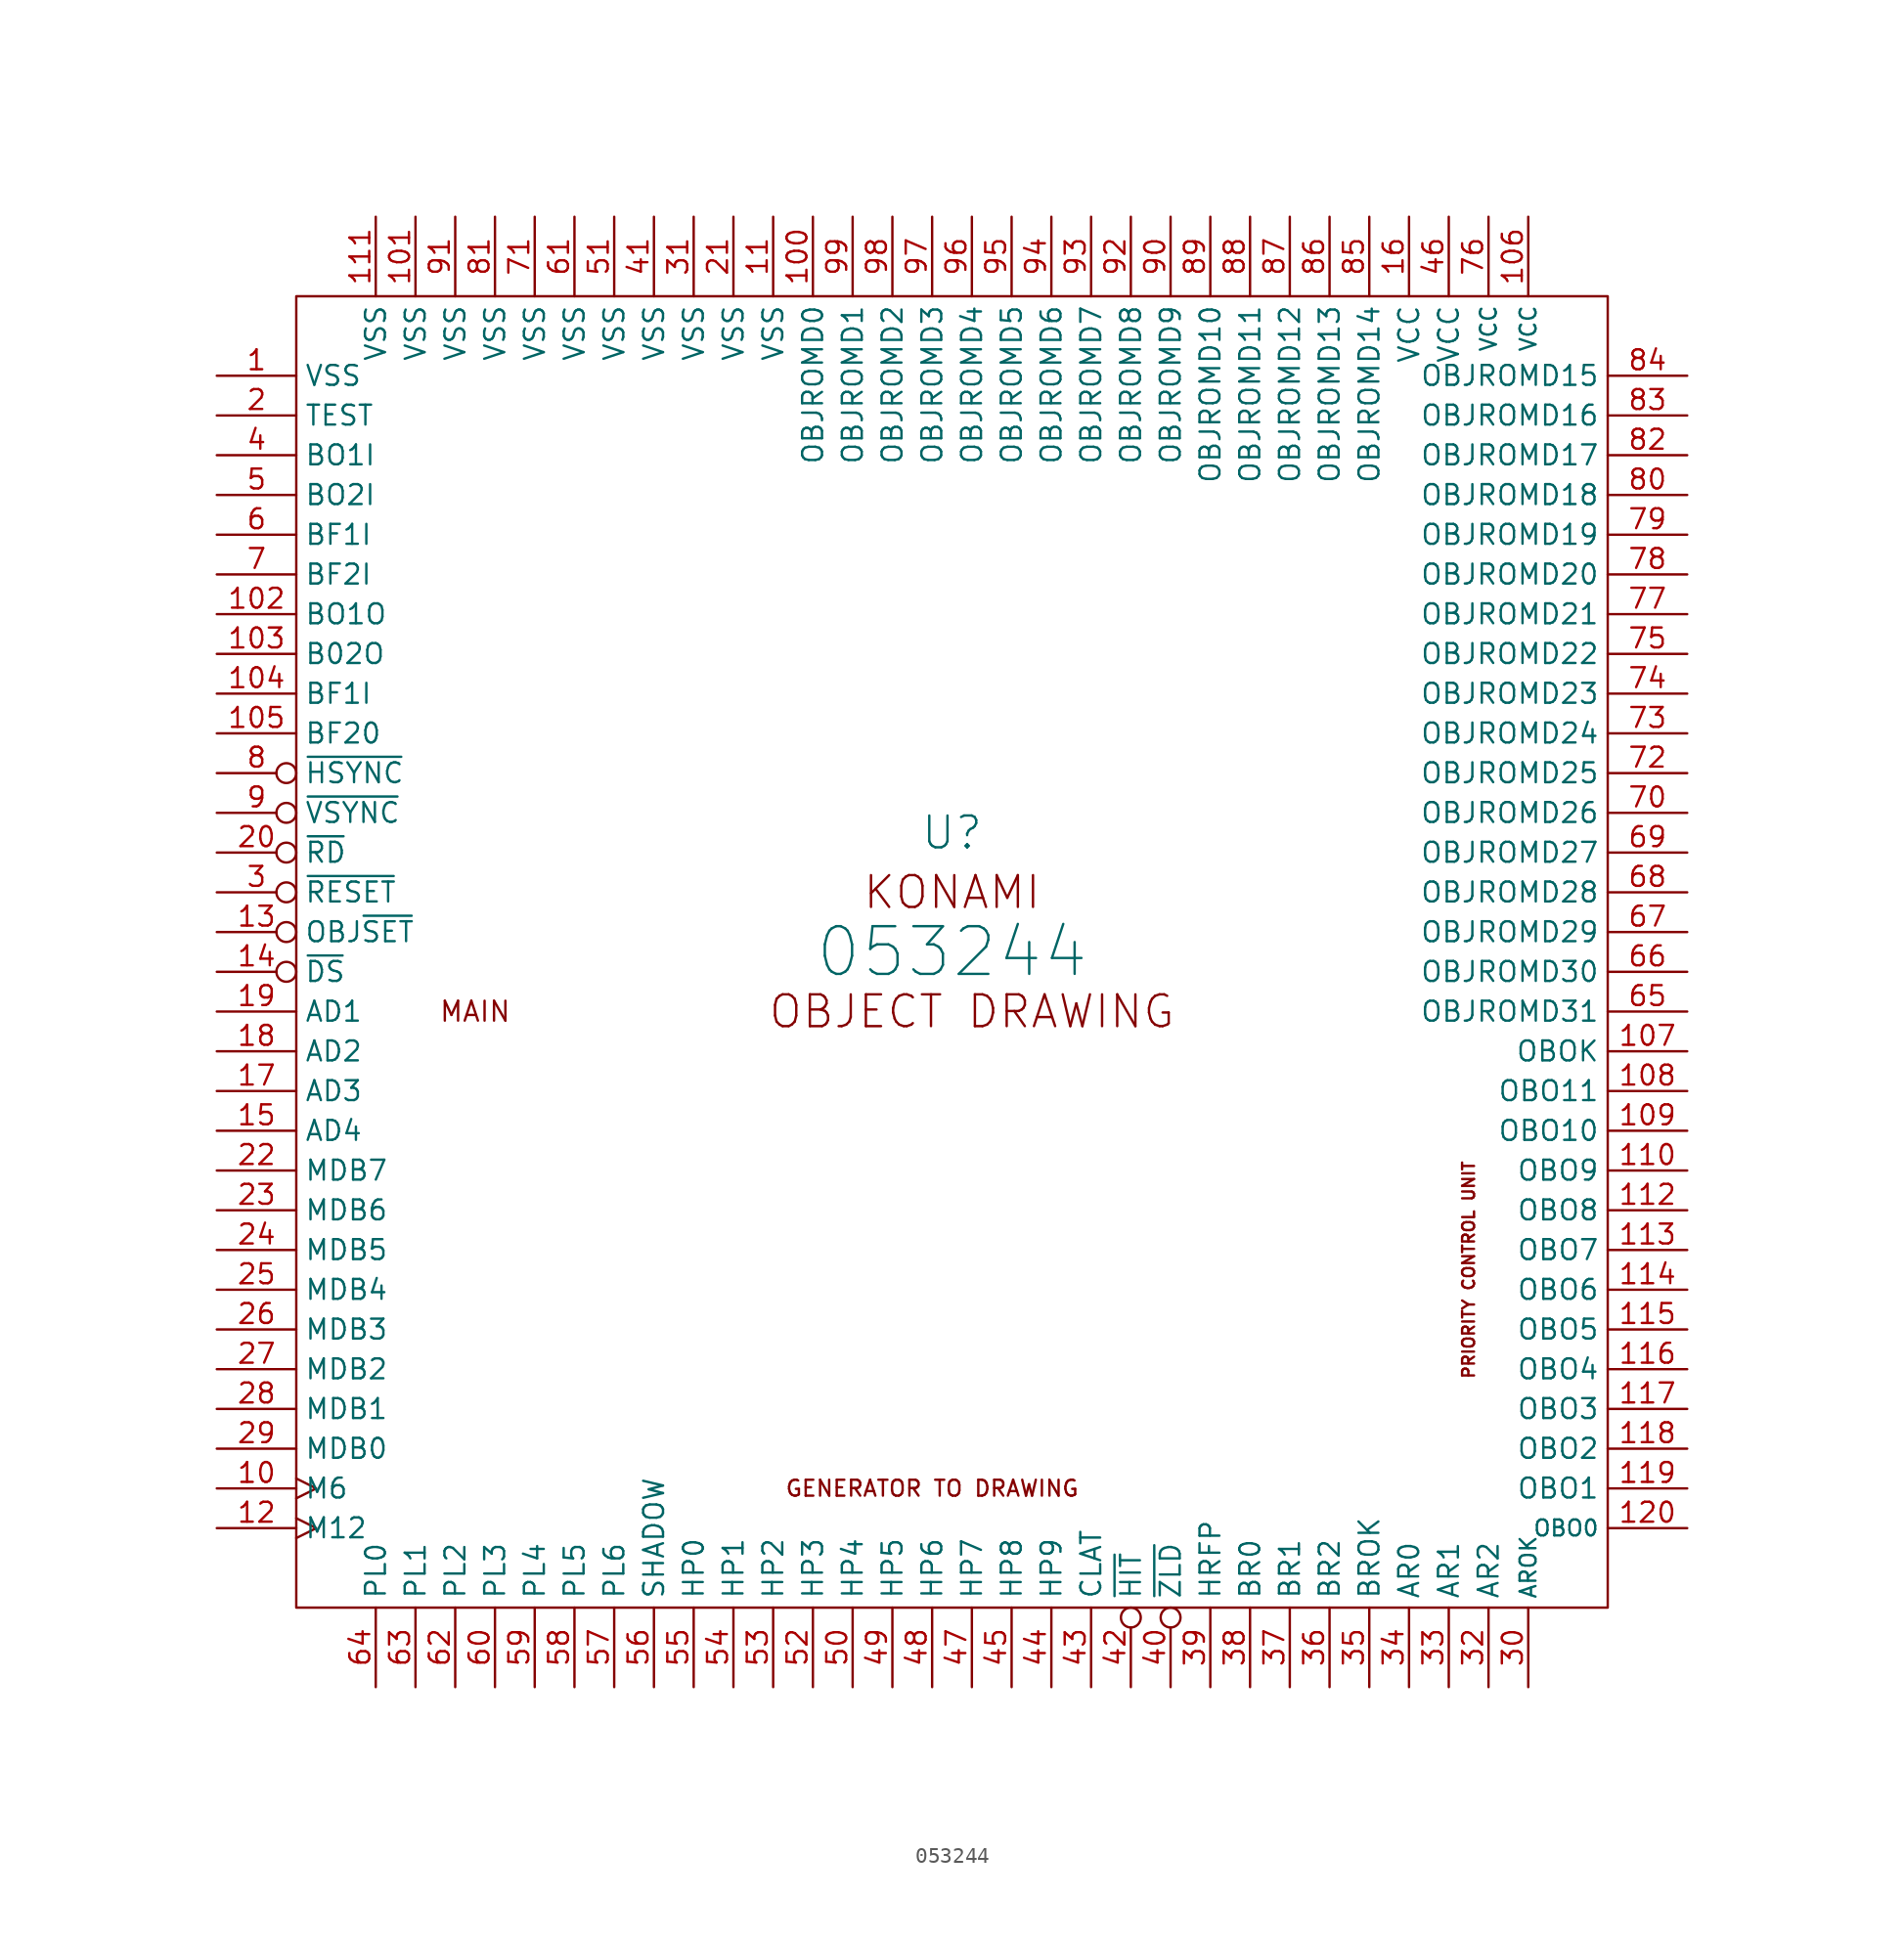
<source format=kicad_sym>
(kicad_symbol_lib
  (version 20231120)
  (generator "kicad_symbol_editor")
  (generator_version "8.0")
  (symbol "053244"
    (property "Reference" "U"
      (at 0 7.62 0)
      (effects (font (size 2.032 2.032))))
    (property "Value" "053244"
      (at 0 0 0)
      (effects (font (size 3.048 3.048))))
    (symbol "053244_0_0"
      (text "KONAMI" (at 0 3.81 0) (effects (font (size 2.032 2.032))))
      (text "OBJECT DRAWING" (at 1.27 -3.81 0) (effects (font (size 2.032 2.032))))
      (text_box "" (at -41.91 41.91 0) (size 83.82 -83.82) (stroke (width 0) (type default)) (fill (type color) (color 0 0 0 0)) (effects (font (size 1.27 1.27)) (justify left top))))
    (symbol "053244_1_0"
      (text "GENERATOR TO DRAWING" (at -1.27 -34.29 0) (effects (font (size 1.016 1.016))))
      (text "PRIORITY CONTROL UNIT" (at 33.02 -20.32 900) (effects (font (size 0.762 0.762)))))
    (symbol "053244_1_1"
      (text "MAIN" (at -30.48 -3.81 0) (effects (font (size 1.27 1.27))))
      (pin power_in line (at -46.99 36.83 0) (length 5.08) (name "VSS" (effects (font (size 1.27 1.27)))) (number "1" (effects (font (size 1.27 1.27)))))
      (pin input clock (at -46.99 -34.29 0) (length 5.08) (name "M6" (effects (font (size 1.27 1.27)))) (number "10" (effects (font (size 1.27 1.27)))))
      (pin bidirectional line (at -8.89 46.99 270) (length 5.08) (name "OBJROMD0" (effects (font (size 1.27 1.27)))) (number "100" (effects (font (size 1.27 1.27)))))
      (pin power_in line (at -34.29 46.99 270) (length 5.08) (name "VSS" (effects (font (size 1.27 1.27)))) (number "101" (effects (font (size 1.27 1.27)))))
      (pin input line (at -46.99 21.59 0) (length 5.08) (name "BO1O" (effects (font (size 1.27 1.27)))) (number "102" (effects (font (size 1.27 1.27)))))
      (pin output line (at -46.99 19.05 0) (length 5.08) (name "B02O" (effects (font (size 1.27 1.27)))) (number "103" (effects (font (size 1.27 1.27)))))
      (pin output line (at -46.99 16.51 0) (length 5.08) (name "BF1I" (effects (font (size 1.27 1.27)))) (number "104" (effects (font (size 1.27 1.27)))))
      (pin output line (at -46.99 13.97 0) (length 5.08) (name "BF20" (effects (font (size 1.27 1.27)))) (number "105" (effects (font (size 1.27 1.27)))))
      (pin power_in line (at 36.83 46.99 270) (length 5.08) (name "VCC" (effects (font (size 1.016 1.016)))) (number "106" (effects (font (size 1.27 1.27)))))
      (pin output line (at 46.99 -6.35 180) (length 5.08) (name "OBOK" (effects (font (size 1.27 1.27)))) (number "107" (effects (font (size 1.27 1.27)))))
      (pin output line (at 46.99 -8.89 180) (length 5.08) (name "OBO11" (effects (font (size 1.27 1.27)))) (number "108" (effects (font (size 1.27 1.27)))))
      (pin output line (at 46.99 -11.43 180) (length 5.08) (name "OBO10" (effects (font (size 1.27 1.27)))) (number "109" (effects (font (size 1.27 1.27)))))
      (pin power_in line (at -11.43 46.99 270) (length 5.08) (name "VSS" (effects (font (size 1.27 1.27)))) (number "11" (effects (font (size 1.27 1.27)))))
      (pin output line (at 46.99 -13.97 180) (length 5.08) (name "OBO9" (effects (font (size 1.27 1.27)))) (number "110" (effects (font (size 1.27 1.27)))))
      (pin power_in line (at -36.83 46.99 270) (length 5.08) (name "VSS" (effects (font (size 1.27 1.27)))) (number "111" (effects (font (size 1.27 1.27)))))
      (pin output line (at 46.99 -16.51 180) (length 5.08) (name "OBO8" (effects (font (size 1.27 1.27)))) (number "112" (effects (font (size 1.27 1.27)))))
      (pin output line (at 46.99 -19.05 180) (length 5.08) (name "OBO7" (effects (font (size 1.27 1.27)))) (number "113" (effects (font (size 1.27 1.27)))))
      (pin output line (at 46.99 -21.59 180) (length 5.08) (name "OBO6" (effects (font (size 1.27 1.27)))) (number "114" (effects (font (size 1.27 1.27)))))
      (pin output line (at 46.99 -24.13 180) (length 5.08) (name "OBO5" (effects (font (size 1.27 1.27)))) (number "115" (effects (font (size 1.27 1.27)))))
      (pin output line (at 46.99 -26.67 180) (length 5.08) (name "OBO4" (effects (font (size 1.27 1.27)))) (number "116" (effects (font (size 1.27 1.27)))))
      (pin output line (at 46.99 -29.21 180) (length 5.08) (name "OBO3" (effects (font (size 1.27 1.27)))) (number "117" (effects (font (size 1.27 1.27)))))
      (pin output line (at 46.99 -31.75 180) (length 5.08) (name "OBO2" (effects (font (size 1.27 1.27)))) (number "118" (effects (font (size 1.27 1.27)))))
      (pin output line (at 46.99 -34.29 180) (length 5.08) (name "OBO1" (effects (font (size 1.27 1.27)))) (number "119" (effects (font (size 1.27 1.27)))))
      (pin input clock (at -46.99 -36.83 0) (length 5.08) (name "M12" (effects (font (size 1.27 1.27)))) (number "12" (effects (font (size 1.27 1.27)))))
      (pin output line (at 46.99 -36.83 180) (length 5.08) (name "OBO0" (effects (font (size 1.016 1.016)))) (number "120" (effects (font (size 1.27 1.27)))))
      (pin input inverted (at -46.99 1.27 0) (length 5.08) (name "OBJ~{SET}" (effects (font (size 1.27 1.27)))) (number "13" (effects (font (size 1.27 1.27)))))
      (pin input inverted (at -46.99 -1.27 0) (length 5.08) (name "~{DS}" (effects (font (size 1.27 1.27)))) (number "14" (effects (font (size 1.27 1.27)))))
      (pin input line (at -46.99 -11.43 0) (length 5.08) (name "AD4" (effects (font (size 1.27 1.27)))) (number "15" (effects (font (size 1.27 1.27)))))
      (pin power_in line (at 29.21 46.99 270) (length 5.08) (name "VCC" (effects (font (size 1.27 1.27)))) (number "16" (effects (font (size 1.27 1.27)))))
      (pin input line (at -46.99 -8.89 0) (length 5.08) (name "AD3" (effects (font (size 1.27 1.27)))) (number "17" (effects (font (size 1.27 1.27)))))
      (pin input line (at -46.99 -6.35 0) (length 5.08) (name "AD2" (effects (font (size 1.27 1.27)))) (number "18" (effects (font (size 1.27 1.27)))))
      (pin input line (at -46.99 -3.81 0) (length 5.08) (name "AD1" (effects (font (size 1.27 1.27)))) (number "19" (effects (font (size 1.27 1.27)))))
      (pin passive line (at -46.99 34.29 0) (length 5.08) (name "TEST" (effects (font (size 1.27 1.27)))) (number "2" (effects (font (size 1.27 1.27)))))
      (pin input inverted (at -46.99 6.35 0) (length 5.08) (name "~{RD}" (effects (font (size 1.27 1.27)))) (number "20" (effects (font (size 1.27 1.27)))))
      (pin power_in line (at -13.97 46.99 270) (length 5.08) (name "VSS" (effects (font (size 1.27 1.27)))) (number "21" (effects (font (size 1.27 1.27)))))
      (pin input line (at -46.99 -13.97 0) (length 5.08) (name "MDB7" (effects (font (size 1.27 1.27)))) (number "22" (effects (font (size 1.27 1.27)))))
      (pin input line (at -46.99 -16.51 0) (length 5.08) (name "MDB6" (effects (font (size 1.27 1.27)))) (number "23" (effects (font (size 1.27 1.27)))))
      (pin input line (at -46.99 -19.05 0) (length 5.08) (name "MDB5" (effects (font (size 1.27 1.27)))) (number "24" (effects (font (size 1.27 1.27)))))
      (pin input line (at -46.99 -21.59 0) (length 5.08) (name "MDB4" (effects (font (size 1.27 1.27)))) (number "25" (effects (font (size 1.27 1.27)))))
      (pin input line (at -46.99 -24.13 0) (length 5.08) (name "MDB3" (effects (font (size 1.27 1.27)))) (number "26" (effects (font (size 1.27 1.27)))))
      (pin input line (at -46.99 -26.67 0) (length 5.08) (name "MDB2" (effects (font (size 1.27 1.27)))) (number "27" (effects (font (size 1.27 1.27)))))
      (pin input line (at -46.99 -29.21 0) (length 5.08) (name "MDB1" (effects (font (size 1.27 1.27)))) (number "28" (effects (font (size 1.27 1.27)))))
      (pin input line (at -46.99 -31.75 0) (length 5.08) (name "MDB0" (effects (font (size 1.27 1.27)))) (number "29" (effects (font (size 1.27 1.27)))))
      (pin input inverted (at -46.99 3.81 0) (length 5.08) (name "~{RESET}" (effects (font (size 1.27 1.27)))) (number "3" (effects (font (size 1.27 1.27)))))
      (pin input line (at 36.83 -46.99 90) (length 5.08) (name "AROK" (effects (font (size 1.016 1.016)))) (number "30" (effects (font (size 1.27 1.27)))))
      (pin power_in line (at -16.51 46.99 270) (length 5.08) (name "VSS" (effects (font (size 1.27 1.27)))) (number "31" (effects (font (size 1.27 1.27)))))
      (pin input line (at 34.29 -46.99 90) (length 5.08) (name "AR2" (effects (font (size 1.27 1.27)))) (number "32" (effects (font (size 1.27 1.27)))))
      (pin input line (at 31.75 -46.99 90) (length 5.08) (name "AR1" (effects (font (size 1.27 1.27)))) (number "33" (effects (font (size 1.27 1.27)))))
      (pin input line (at 29.21 -46.99 90) (length 5.08) (name "AR0" (effects (font (size 1.27 1.27)))) (number "34" (effects (font (size 1.27 1.27)))))
      (pin input line (at 26.67 -46.99 90) (length 5.08) (name "BROK" (effects (font (size 1.27 1.27)))) (number "35" (effects (font (size 1.27 1.27)))))
      (pin input line (at 24.13 -46.99 90) (length 5.08) (name "BR2" (effects (font (size 1.27 1.27)))) (number "36" (effects (font (size 1.27 1.27)))))
      (pin input line (at 21.59 -46.99 90) (length 5.08) (name "BR1" (effects (font (size 1.27 1.27)))) (number "37" (effects (font (size 1.27 1.27)))))
      (pin input line (at 19.05 -46.99 90) (length 5.08) (name "BR0" (effects (font (size 1.27 1.27)))) (number "38" (effects (font (size 1.27 1.27)))))
      (pin input line (at 16.51 -46.99 90) (length 5.08) (name "HRFP" (effects (font (size 1.27 1.27)))) (number "39" (effects (font (size 1.27 1.27)))))
      (pin output line (at -46.99 31.75 0) (length 5.08) (name "BO1I" (effects (font (size 1.27 1.27)))) (number "4" (effects (font (size 1.27 1.27)))))
      (pin input inverted (at 13.97 -46.99 90) (length 5.08) (name "~{ZLD}" (effects (font (size 1.27 1.27)))) (number "40" (effects (font (size 1.27 1.27)))))
      (pin power_in line (at -19.05 46.99 270) (length 5.08) (name "VSS" (effects (font (size 1.27 1.27)))) (number "41" (effects (font (size 1.27 1.27)))))
      (pin input inverted (at 11.43 -46.99 90) (length 5.08) (name "~{HIT}" (effects (font (size 1.27 1.27)))) (number "42" (effects (font (size 1.27 1.27)))))
      (pin input line (at 8.89 -46.99 90) (length 5.08) (name "CLAT" (effects (font (size 1.27 1.27)))) (number "43" (effects (font (size 1.27 1.27)))))
      (pin input line (at 6.35 -46.99 90) (length 5.08) (name "HP9" (effects (font (size 1.27 1.27)))) (number "44" (effects (font (size 1.27 1.27)))))
      (pin input line (at 3.81 -46.99 90) (length 5.08) (name "HP8" (effects (font (size 1.27 1.27)))) (number "45" (effects (font (size 1.27 1.27)))))
      (pin power_in line (at 31.75 46.99 270) (length 5.08) (name "VCC" (effects (font (size 1.27 1.27)))) (number "46" (effects (font (size 1.27 1.27)))))
      (pin input line (at 1.27 -46.99 90) (length 5.08) (name "HP7" (effects (font (size 1.27 1.27)))) (number "47" (effects (font (size 1.27 1.27)))))
      (pin input line (at -1.27 -46.99 90) (length 5.08) (name "HP6" (effects (font (size 1.27 1.27)))) (number "48" (effects (font (size 1.27 1.27)))))
      (pin input line (at -3.81 -46.99 90) (length 5.08) (name "HP5" (effects (font (size 1.27 1.27)))) (number "49" (effects (font (size 1.27 1.27)))))
      (pin output line (at -46.99 29.21 0) (length 5.08) (name "BO2I" (effects (font (size 1.27 1.27)))) (number "5" (effects (font (size 1.27 1.27)))))
      (pin input line (at -6.35 -46.99 90) (length 5.08) (name "HP4" (effects (font (size 1.27 1.27)))) (number "50" (effects (font (size 1.27 1.27)))))
      (pin power_in line (at -21.59 46.99 270) (length 5.08) (name "VSS" (effects (font (size 1.27 1.27)))) (number "51" (effects (font (size 1.27 1.27)))))
      (pin input line (at -8.89 -46.99 90) (length 5.08) (name "HP3" (effects (font (size 1.27 1.27)))) (number "52" (effects (font (size 1.27 1.27)))))
      (pin input line (at -11.43 -46.99 90) (length 5.08) (name "HP2" (effects (font (size 1.27 1.27)))) (number "53" (effects (font (size 1.27 1.27)))))
      (pin input line (at -13.97 -46.99 90) (length 5.08) (name "HP1" (effects (font (size 1.27 1.27)))) (number "54" (effects (font (size 1.27 1.27)))))
      (pin input line (at -16.51 -46.99 90) (length 5.08) (name "HP0" (effects (font (size 1.27 1.27)))) (number "55" (effects (font (size 1.27 1.27)))))
      (pin input line (at -19.05 -46.99 90) (length 5.08) (name "SHADOW" (effects (font (size 1.27 1.27)))) (number "56" (effects (font (size 1.27 1.27)))))
      (pin input line (at -21.59 -46.99 90) (length 5.08) (name "PL6" (effects (font (size 1.27 1.27)))) (number "57" (effects (font (size 1.27 1.27)))))
      (pin input line (at -24.13 -46.99 90) (length 5.08) (name "PL5" (effects (font (size 1.27 1.27)))) (number "58" (effects (font (size 1.27 1.27)))))
      (pin input line (at -26.67 -46.99 90) (length 5.08) (name "PL4" (effects (font (size 1.27 1.27)))) (number "59" (effects (font (size 1.27 1.27)))))
      (pin output line (at -46.99 26.67 0) (length 5.08) (name "BF1I" (effects (font (size 1.27 1.27)))) (number "6" (effects (font (size 1.27 1.27)))))
      (pin input line (at -29.21 -46.99 90) (length 5.08) (name "PL3" (effects (font (size 1.27 1.27)))) (number "60" (effects (font (size 1.27 1.27)))))
      (pin power_in line (at -24.13 46.99 270) (length 5.08) (name "VSS" (effects (font (size 1.27 1.27)))) (number "61" (effects (font (size 1.27 1.27)))))
      (pin input line (at -31.75 -46.99 90) (length 5.08) (name "PL2" (effects (font (size 1.27 1.27)))) (number "62" (effects (font (size 1.27 1.27)))))
      (pin input line (at -34.29 -46.99 90) (length 5.08) (name "PL1" (effects (font (size 1.27 1.27)))) (number "63" (effects (font (size 1.27 1.27)))))
      (pin input line (at -36.83 -46.99 90) (length 5.08) (name "PL0" (effects (font (size 1.27 1.27)))) (number "64" (effects (font (size 1.27 1.27)))))
      (pin bidirectional line (at 46.99 -3.81 180) (length 5.08) (name "OBJROMD31" (effects (font (size 1.27 1.27)))) (number "65" (effects (font (size 1.27 1.27)))))
      (pin bidirectional line (at 46.99 -1.27 180) (length 5.08) (name "OBJROMD30" (effects (font (size 1.27 1.27)))) (number "66" (effects (font (size 1.27 1.27)))))
      (pin bidirectional line (at 46.99 1.27 180) (length 5.08) (name "OBJROMD29" (effects (font (size 1.27 1.27)))) (number "67" (effects (font (size 1.27 1.27)))))
      (pin bidirectional line (at 46.99 3.81 180) (length 5.08) (name "OBJROMD28" (effects (font (size 1.27 1.27)))) (number "68" (effects (font (size 1.27 1.27)))))
      (pin bidirectional line (at 46.99 6.35 180) (length 5.08) (name "OBJROMD27" (effects (font (size 1.27 1.27)))) (number "69" (effects (font (size 1.27 1.27)))))
      (pin output line (at -46.99 24.13 0) (length 5.08) (name "BF2I" (effects (font (size 1.27 1.27)))) (number "7" (effects (font (size 1.27 1.27)))))
      (pin bidirectional line (at 46.99 8.89 180) (length 5.08) (name "OBJROMD26" (effects (font (size 1.27 1.27)))) (number "70" (effects (font (size 1.27 1.27)))))
      (pin power_in line (at -26.67 46.99 270) (length 5.08) (name "VSS" (effects (font (size 1.27 1.27)))) (number "71" (effects (font (size 1.27 1.27)))))
      (pin bidirectional line (at 46.99 11.43 180) (length 5.08) (name "OBJROMD25" (effects (font (size 1.27 1.27)))) (number "72" (effects (font (size 1.27 1.27)))))
      (pin bidirectional line (at 46.99 13.97 180) (length 5.08) (name "OBJROMD24" (effects (font (size 1.27 1.27)))) (number "73" (effects (font (size 1.27 1.27)))))
      (pin bidirectional line (at 46.99 16.51 180) (length 5.08) (name "OBJROMD23" (effects (font (size 1.27 1.27)))) (number "74" (effects (font (size 1.27 1.27)))))
      (pin bidirectional line (at 46.99 19.05 180) (length 5.08) (name "OBJROMD22" (effects (font (size 1.27 1.27)))) (number "75" (effects (font (size 1.27 1.27)))))
      (pin power_in line (at 34.29 46.99 270) (length 5.08) (name "VCC" (effects (font (size 1.016 1.016)))) (number "76" (effects (font (size 1.27 1.27)))))
      (pin bidirectional line (at 46.99 21.59 180) (length 5.08) (name "OBJROMD21" (effects (font (size 1.27 1.27)))) (number "77" (effects (font (size 1.27 1.27)))))
      (pin bidirectional line (at 46.99 24.13 180) (length 5.08) (name "OBJROMD20" (effects (font (size 1.27 1.27)))) (number "78" (effects (font (size 1.27 1.27)))))
      (pin bidirectional line (at 46.99 26.67 180) (length 5.08) (name "OBJROMD19" (effects (font (size 1.27 1.27)))) (number "79" (effects (font (size 1.27 1.27)))))
      (pin input inverted (at -46.99 11.43 0) (length 5.08) (name "~{HSYNC}" (effects (font (size 1.27 1.27)))) (number "8" (effects (font (size 1.27 1.27)))))
      (pin bidirectional line (at 46.99 29.21 180) (length 5.08) (name "OBJROMD18" (effects (font (size 1.27 1.27)))) (number "80" (effects (font (size 1.27 1.27)))))
      (pin power_in line (at -29.21 46.99 270) (length 5.08) (name "VSS" (effects (font (size 1.27 1.27)))) (number "81" (effects (font (size 1.27 1.27)))))
      (pin bidirectional line (at 46.99 31.75 180) (length 5.08) (name "OBJROMD17" (effects (font (size 1.27 1.27)))) (number "82" (effects (font (size 1.27 1.27)))))
      (pin bidirectional line (at 46.99 34.29 180) (length 5.08) (name "OBJROMD16" (effects (font (size 1.27 1.27)))) (number "83" (effects (font (size 1.27 1.27)))))
      (pin bidirectional line (at 46.99 36.83 180) (length 5.08) (name "OBJROMD15" (effects (font (size 1.27 1.27)))) (number "84" (effects (font (size 1.27 1.27)))))
      (pin bidirectional line (at 26.67 46.99 270) (length 5.08) (name "OBJROMD14" (effects (font (size 1.27 1.27)))) (number "85" (effects (font (size 1.27 1.27)))))
      (pin bidirectional line (at 24.13 46.99 270) (length 5.08) (name "OBJROMD13" (effects (font (size 1.27 1.27)))) (number "86" (effects (font (size 1.27 1.27)))))
      (pin bidirectional line (at 21.59 46.99 270) (length 5.08) (name "OBJROMD12" (effects (font (size 1.27 1.27)))) (number "87" (effects (font (size 1.27 1.27)))))
      (pin bidirectional line (at 19.05 46.99 270) (length 5.08) (name "OBJROMD11" (effects (font (size 1.27 1.27)))) (number "88" (effects (font (size 1.27 1.27)))))
      (pin bidirectional line (at 16.51 46.99 270) (length 5.08) (name "OBJROMD10" (effects (font (size 1.27 1.27)))) (number "89" (effects (font (size 1.27 1.27)))))
      (pin input inverted (at -46.99 8.89 0) (length 5.08) (name "~{VSYNC}" (effects (font (size 1.27 1.27)))) (number "9" (effects (font (size 1.27 1.27)))))
      (pin bidirectional line (at 13.97 46.99 270) (length 5.08) (name "OBJROMD9" (effects (font (size 1.27 1.27)))) (number "90" (effects (font (size 1.27 1.27)))))
      (pin power_in line (at -31.75 46.99 270) (length 5.08) (name "VSS" (effects (font (size 1.27 1.27)))) (number "91" (effects (font (size 1.27 1.27)))))
      (pin bidirectional line (at 11.43 46.99 270) (length 5.08) (name "OBJROMD8" (effects (font (size 1.27 1.27)))) (number "92" (effects (font (size 1.27 1.27)))))
      (pin bidirectional line (at 8.89 46.99 270) (length 5.08) (name "OBJROMD7" (effects (font (size 1.27 1.27)))) (number "93" (effects (font (size 1.27 1.27)))))
      (pin bidirectional line (at 6.35 46.99 270) (length 5.08) (name "OBJROMD6" (effects (font (size 1.27 1.27)))) (number "94" (effects (font (size 1.27 1.27)))))
      (pin bidirectional line (at 3.81 46.99 270) (length 5.08) (name "OBJROMD5" (effects (font (size 1.27 1.27)))) (number "95" (effects (font (size 1.27 1.27)))))
      (pin bidirectional line (at 1.27 46.99 270) (length 5.08) (name "OBJROMD4" (effects (font (size 1.27 1.27)))) (number "96" (effects (font (size 1.27 1.27)))))
      (pin bidirectional line (at -1.27 46.99 270) (length 5.08) (name "OBJROMD3" (effects (font (size 1.27 1.27)))) (number "97" (effects (font (size 1.27 1.27)))))
      (pin bidirectional line (at -3.81 46.99 270) (length 5.08) (name "OBJROMD2" (effects (font (size 1.27 1.27)))) (number "98" (effects (font (size 1.27 1.27)))))
      (pin bidirectional line (at -6.35 46.99 270) (length 5.08) (name "OBJROMD1" (effects (font (size 1.27 1.27)))) (number "99" (effects (font (size 1.27 1.27))))))))
</source>
